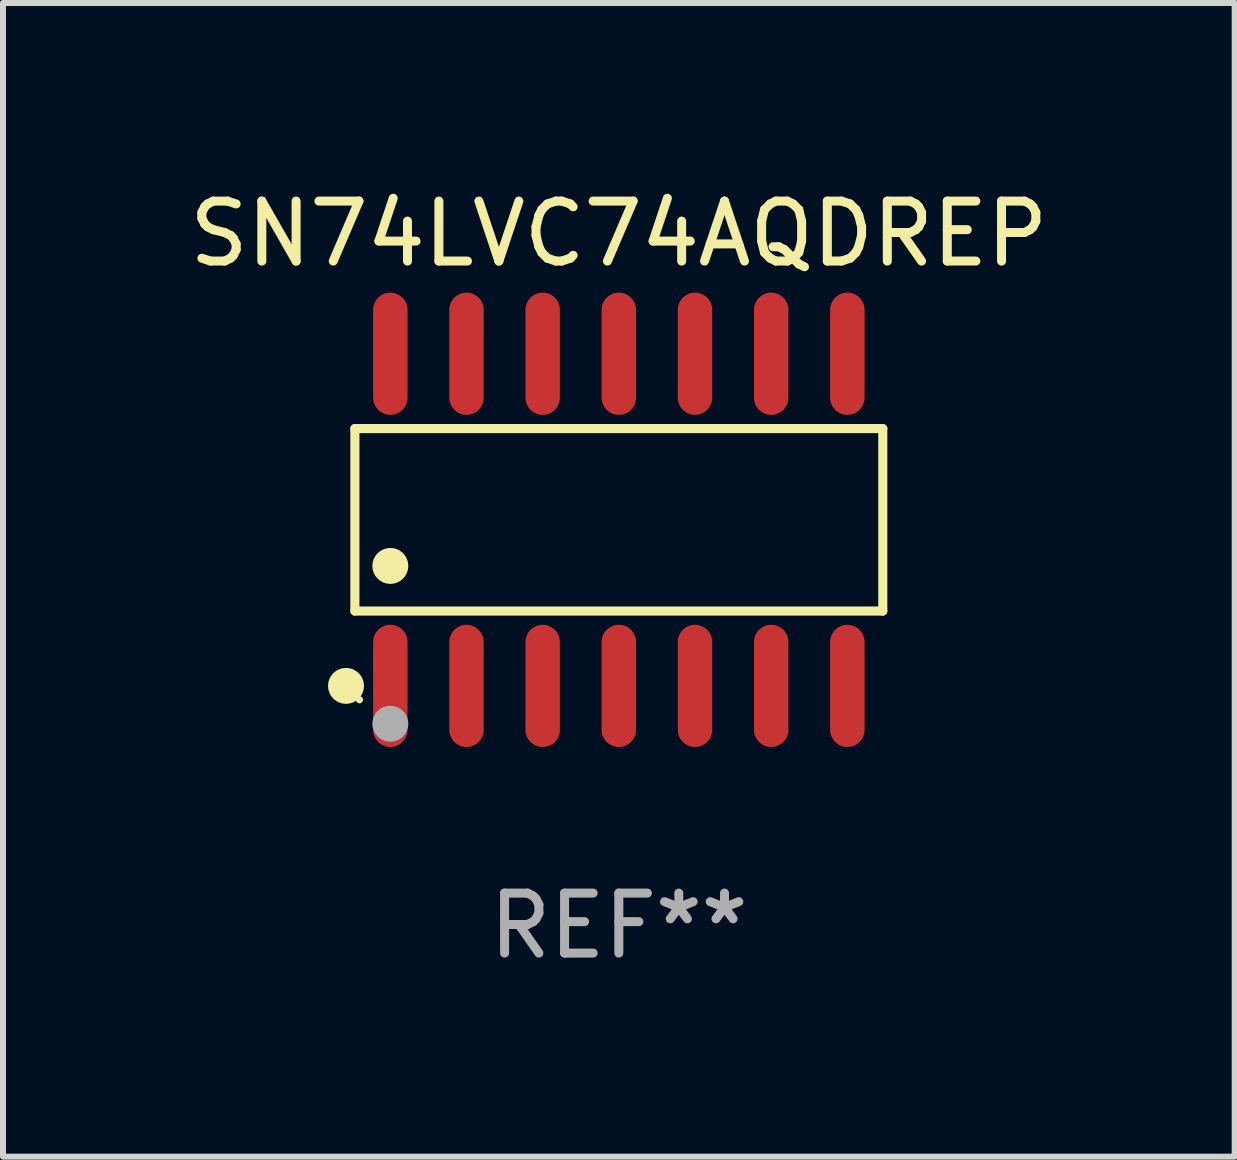
<source format=kicad_pcb>
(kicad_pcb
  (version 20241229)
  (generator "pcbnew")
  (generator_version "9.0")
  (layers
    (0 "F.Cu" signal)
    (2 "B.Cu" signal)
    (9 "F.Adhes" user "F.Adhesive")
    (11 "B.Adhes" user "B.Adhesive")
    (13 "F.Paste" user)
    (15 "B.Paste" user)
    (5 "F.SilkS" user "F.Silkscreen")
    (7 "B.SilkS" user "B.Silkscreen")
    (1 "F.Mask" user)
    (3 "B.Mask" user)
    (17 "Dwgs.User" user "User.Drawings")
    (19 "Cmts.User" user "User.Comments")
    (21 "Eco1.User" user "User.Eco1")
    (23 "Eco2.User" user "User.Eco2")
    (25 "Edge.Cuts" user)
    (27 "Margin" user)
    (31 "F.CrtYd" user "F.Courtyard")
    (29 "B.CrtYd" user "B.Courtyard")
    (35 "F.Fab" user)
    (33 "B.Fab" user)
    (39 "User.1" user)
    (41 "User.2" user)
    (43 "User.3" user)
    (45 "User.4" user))
  (footprint "SN74LVC74AQDREP"
    (layer "F.Cu")
    (at 7.268 5.617)
    (property "Reference" "SN74LVC74AQDREP" (at 0 -4.769 0) (layer "F.SilkS") (effects (font (size 1 1) (thickness 0.15))))
    (attr through_hole)
    (fp_line (start -4.401 -1.521) (end 4.401 -1.521) (stroke (width 0.152) (type solid)) (layer "F.SilkS"))
    (fp_line (start -4.401 1.521) (end -4.401 -1.521) (stroke (width 0.152) (type solid)) (layer "F.SilkS"))
    (fp_line (start 4.401 -1.521) (end 4.401 1.521) (stroke (width 0.152) (type solid)) (layer "F.SilkS"))
    (fp_line (start 4.401 1.521) (end -4.401 1.521) (stroke (width 0.152) (type solid)) (layer "F.SilkS"))
    (fp_circle (center -4.549 2.769) (end -4.399 2.769) (stroke (width 0.3) (type solid)) (fill no) (layer "F.SilkS"))
    (fp_circle (center -4.325 3) (end -4.295 3) (stroke (width 0.06) (type solid)) (fill no) (layer "F.SilkS"))
    (fp_circle (center -3.81 0.769) (end -3.66 0.769) (stroke (width 0.3) (type solid)) (fill no) (layer "F.SilkS"))
    (fp_circle (center -3.81 3.4) (end -3.66 3.4) (stroke (width 0.3) (type solid)) (fill no) (layer "F.Fab"))
    (fp_text user "REF**" (at 0 6.769 0) (layer "F.Fab") (effects (font (size 1 1) (thickness 0.15))))
    (pad "1" smd oval (at -3.81 2.769) (size 0.574 2.038) (layers "F.Cu" "F.Mask" "F.Paste"))
    (pad "2" smd oval (at -2.54 2.769) (size 0.574 2.038) (layers "F.Cu" "F.Mask" "F.Paste"))
    (pad "3" smd oval (at -1.27 2.769) (size 0.574 2.038) (layers "F.Cu" "F.Mask" "F.Paste"))
    (pad "4" smd oval (at 0 2.769) (size 0.574 2.038) (layers "F.Cu" "F.Mask" "F.Paste"))
    (pad "5" smd oval (at 1.27 2.769) (size 0.574 2.038) (layers "F.Cu" "F.Mask" "F.Paste"))
    (pad "6" smd oval (at 2.54 2.769) (size 0.574 2.038) (layers "F.Cu" "F.Mask" "F.Paste"))
    (pad "7" smd oval (at 3.81 2.769) (size 0.574 2.038) (layers "F.Cu" "F.Mask" "F.Paste"))
    (pad "8" smd oval (at 3.81 -2.769) (size 0.574 2.038) (layers "F.Cu" "F.Mask" "F.Paste"))
    (pad "9" smd oval (at 2.54 -2.769) (size 0.574 2.038) (layers "F.Cu" "F.Mask" "F.Paste"))
    (pad "10" smd oval (at 1.27 -2.769) (size 0.574 2.038) (layers "F.Cu" "F.Mask" "F.Paste"))
    (pad "11" smd oval (at 0 -2.769) (size 0.574 2.038) (layers "F.Cu" "F.Mask" "F.Paste"))
    (pad "12" smd oval (at -1.27 -2.769) (size 0.574 2.038) (layers "F.Cu" "F.Mask" "F.Paste"))
    (pad "13" smd oval (at -2.54 -2.769) (size 0.574 2.038) (layers "F.Cu" "F.Mask" "F.Paste"))
    (pad "14" smd oval (at -3.81 -2.769) (size 0.574 2.038) (layers "F.Cu" "F.Mask" "F.Paste")))
  (gr_rect
    (start -3 -3)
    (end 17.536 16.235)
    (stroke (width 0.1) (type default))
    (fill no)
    (layer "Edge.Cuts")))
</source>
